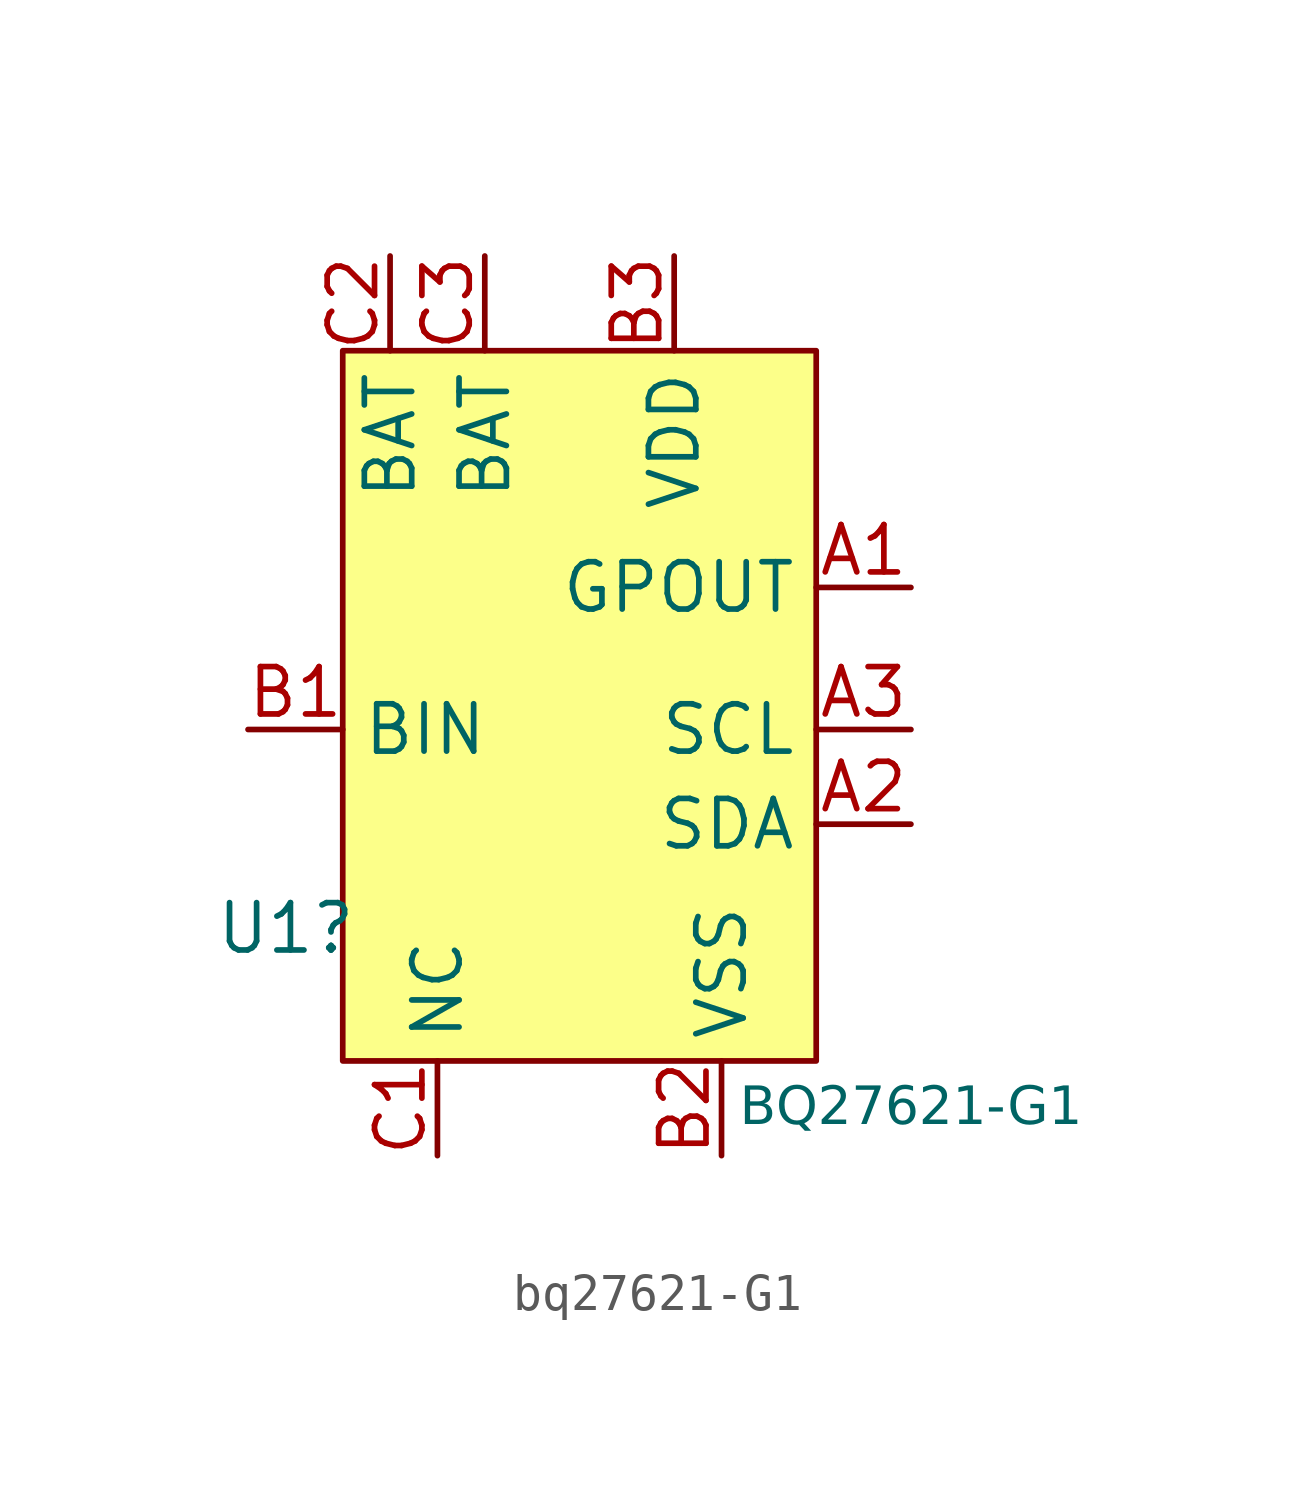
<source format=kicad_sym>
(kicad_symbol_lib
  (version 20241209)
  (generator "kicad_symbol_editor")
  (generator_version "9.0")
  (symbol "bq27621-G1"
    (property "Reference" "U1"
      (at -7.874 -9.144 0)
      (effects (font (size 1.27 1.27))))
    (property "Value" "BQ27621-G1"
      (at 8.89 -13.97 0)
      (effects (font (face "Segoe UI") (size 1.016 1.016))))
    (symbol "bq27621-G1_1_1"
      (rectangle (start -6.35 6.35) (end 6.35 -12.7) (stroke (width 0) (type solid)) (fill (type color) (color 252 255 137 1)))
      (pin input line (at -8.89 -3.81 0) (length 2.54) (name "BIN" (effects (font (size 1.27 1.27)))) (number "B1" (effects (font (size 1.27 1.27)))))
      (pin power_in line (at -5.08 8.89 270) (length 2.54) (name "BAT" (effects (font (size 1.27 1.27)))) (number "C2" (effects (font (size 1.27 1.27)))))
      (pin power_out line (at -3.81 -15.24 90) (length 2.54) (name "NC" (effects (font (size 1.27 1.27)))) (number "C1" (effects (font (size 1.27 1.27)))))
      (pin power_in line (at -2.54 8.89 270) (length 2.54) (name "BAT" (effects (font (size 1.27 1.27)))) (number "C3" (effects (font (size 1.27 1.27)))))
      (pin power_out line (at 2.54 8.89 270) (length 2.54) (name "VDD" (effects (font (size 1.27 1.27)))) (number "B3" (effects (font (size 1.27 1.27)))))
      (pin power_out line (at 3.81 -15.24 90) (length 2.54) (name "VSS" (effects (font (size 1.27 1.27)))) (number "B2" (effects (font (size 1.27 1.27)))))
      (pin output line (at 8.89 0 180) (length 2.54) (name "GPOUT" (effects (font (size 1.27 1.27)))) (number "A1" (effects (font (size 1.27 1.27)))))
      (pin bidirectional line (at 8.89 -3.81 180) (length 2.54) (name "SCL" (effects (font (size 1.27 1.27)))) (number "A3" (effects (font (size 1.27 1.27)))))
      (pin bidirectional line (at 8.89 -6.35 180) (length 2.54) (name "SDA" (effects (font (size 1.27 1.27)))) (number "A2" (effects (font (size 1.27 1.27))))))))
</source>
